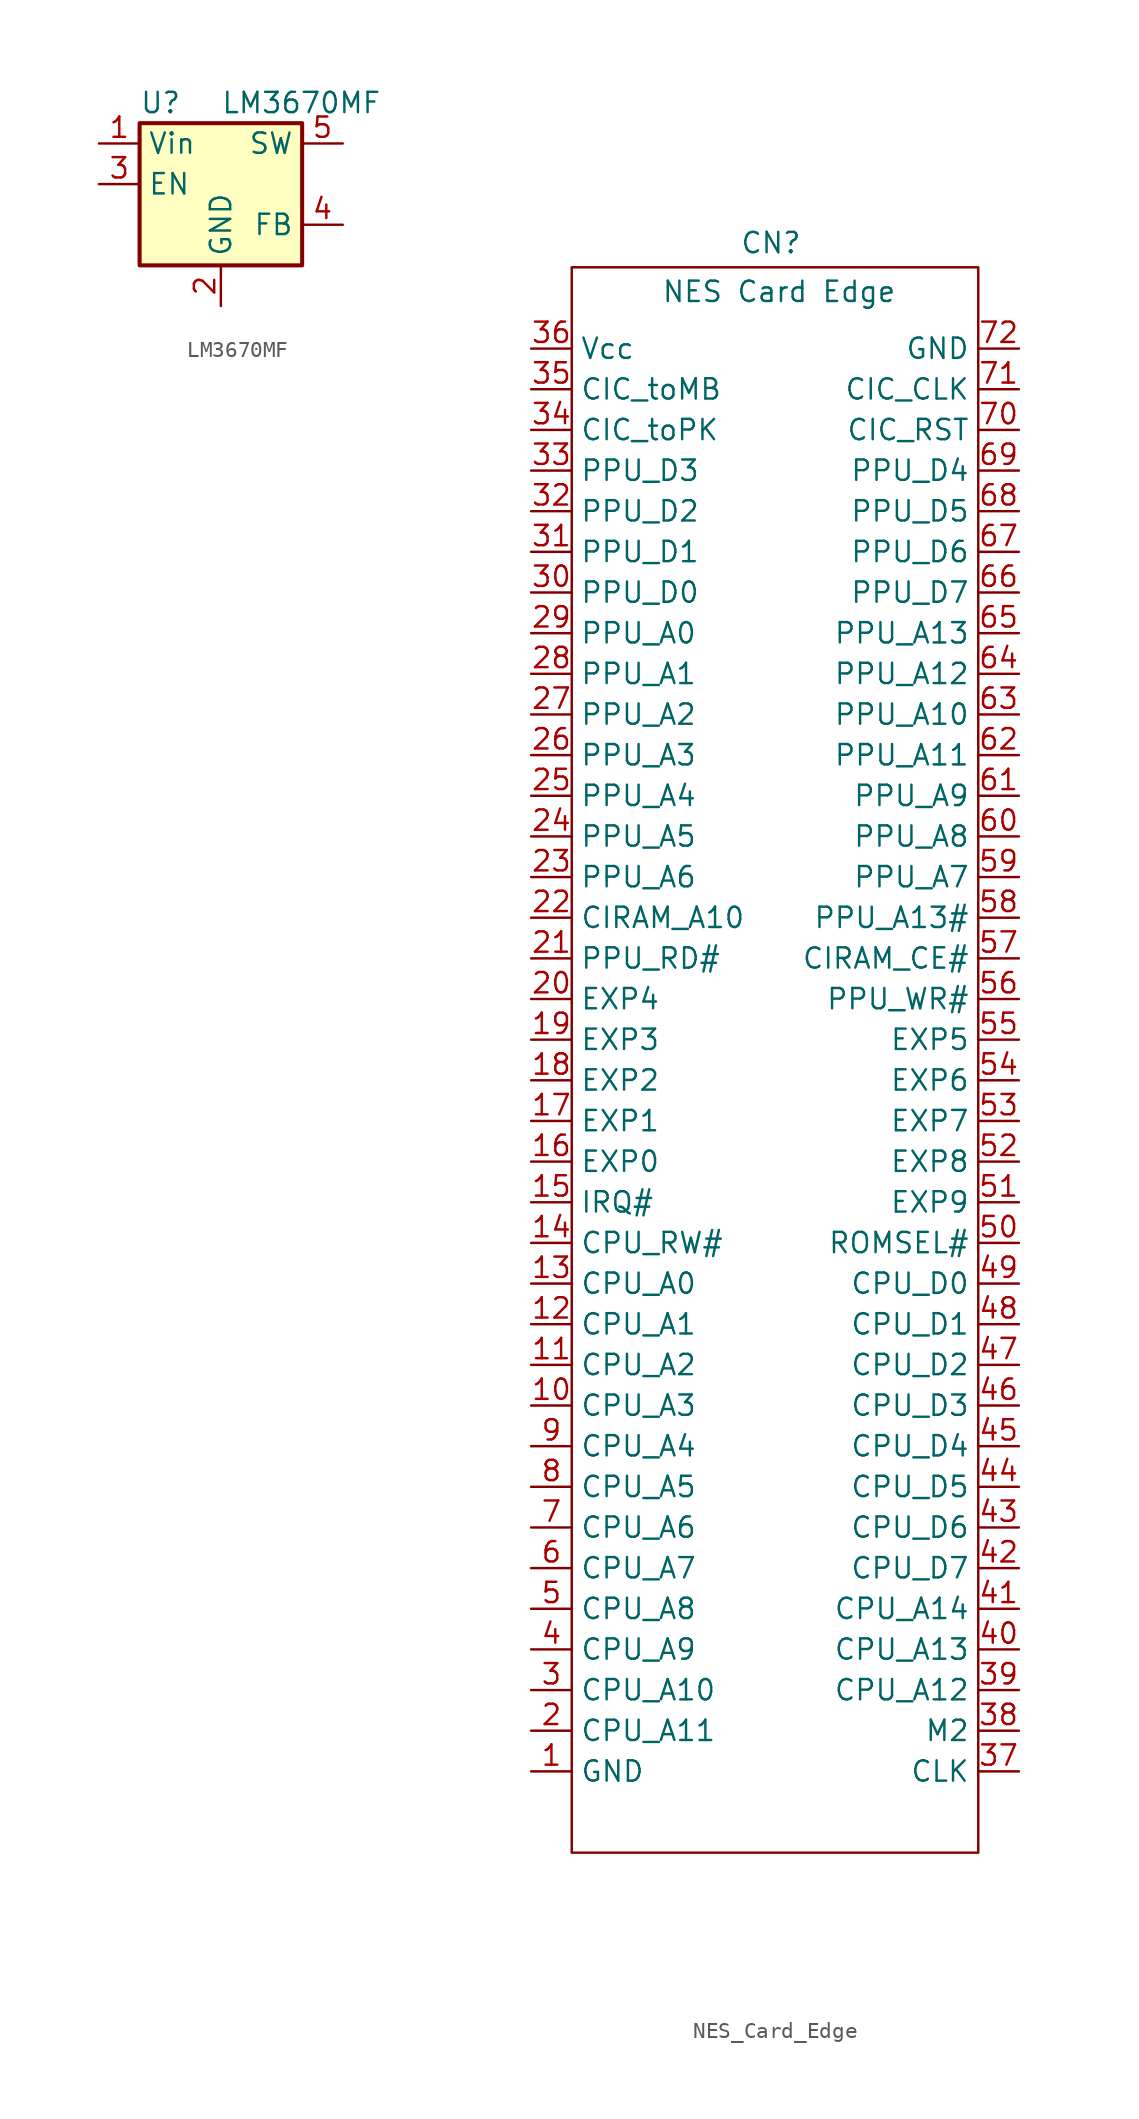
<source format=kicad_sym>
(kicad_symbol_lib
  (version 20231120)
  (generator "kicad_symbol_editor")
  (generator_version "8.0")
  (symbol "LM3670MF"
    (property "Reference" "U"
      (at -5.08 5.08 0)
      (effects (font (size 1.27 1.27)) (justify left)))
    (property "Value" "LM3670MF"
      (at 0 5.08 0)
      (effects (font (size 1.27 1.27)) (justify left)))
    (symbol "LM3670MF_0_1"
      (rectangle (start -5.08 3.81) (end 5.08 -5.08) (stroke (width 0.254) (type default)) (fill (type background))))
    (symbol "LM3670MF_1_1"
      (pin power_in line (at -7.62 2.54 0) (length 2.54) (name "Vin" (effects (font (size 1.27 1.27)))) (number "1" (effects (font (size 1.27 1.27)))))
      (pin power_in line (at 0 -7.62 90) (length 2.54) (name "GND" (effects (font (size 1.27 1.27)))) (number "2" (effects (font (size 1.27 1.27)))))
      (pin input line (at -7.62 0 0) (length 2.54) (name "EN" (effects (font (size 1.27 1.27)))) (number "3" (effects (font (size 1.27 1.27)))))
      (pin input line (at 7.62 -2.54 180) (length 2.54) (name "FB" (effects (font (size 1.27 1.27)))) (number "4" (effects (font (size 1.27 1.27)))))
      (pin input line (at 7.62 2.54 180) (length 2.54) (name "SW" (effects (font (size 1.27 1.27)))) (number "5" (effects (font (size 1.27 1.27)))))))
  (symbol "NES_Card_Edge"
    (property "Reference" "CN"
      (at -0.254 52.324 0)
      (effects (font (size 1.27 1.27))))
    (property "Value" "NES Card Edge"
      (at 0.254 49.276 0)
      (effects (font (size 1.27 1.27))))
    (symbol "NES_Card_Edge_0_1"
      (rectangle (start -12.7 50.8) (end 12.7 -48.26) (stroke (width 0) (type default)) (fill (type none))))
    (symbol "NES_Card_Edge_1_1"
      (pin power_in line (at -15.24 -43.18 0) (length 2.54) (name "GND" (effects (font (size 1.27 1.27)))) (number "1" (effects (font (size 1.27 1.27)))))
      (pin output line (at -15.24 -20.32 0) (length 2.54) (name "CPU_A3" (effects (font (size 1.27 1.27)))) (number "10" (effects (font (size 1.27 1.27)))))
      (pin output line (at -15.24 -17.78 0) (length 2.54) (name "CPU_A2" (effects (font (size 1.27 1.27)))) (number "11" (effects (font (size 1.27 1.27)))))
      (pin output line (at -15.24 -15.24 0) (length 2.54) (name "CPU_A1" (effects (font (size 1.27 1.27)))) (number "12" (effects (font (size 1.27 1.27)))))
      (pin output line (at -15.24 -12.7 0) (length 2.54) (name "CPU_A0" (effects (font (size 1.27 1.27)))) (number "13" (effects (font (size 1.27 1.27)))))
      (pin output line (at -15.24 -10.16 0) (length 2.54) (name "CPU_RW#" (effects (font (size 1.27 1.27)))) (number "14" (effects (font (size 1.27 1.27)))))
      (pin input line (at -15.24 -7.62 0) (length 2.54) (name "IRQ#" (effects (font (size 1.27 1.27)))) (number "15" (effects (font (size 1.27 1.27)))))
      (pin bidirectional line (at -15.24 -5.08 0) (length 2.54) (name "EXP0" (effects (font (size 1.27 1.27)))) (number "16" (effects (font (size 1.27 1.27)))))
      (pin bidirectional line (at -15.24 -2.54 0) (length 2.54) (name "EXP1" (effects (font (size 1.27 1.27)))) (number "17" (effects (font (size 1.27 1.27)))))
      (pin bidirectional line (at -15.24 0 0) (length 2.54) (name "EXP2" (effects (font (size 1.27 1.27)))) (number "18" (effects (font (size 1.27 1.27)))))
      (pin bidirectional line (at -15.24 2.54 0) (length 2.54) (name "EXP3" (effects (font (size 1.27 1.27)))) (number "19" (effects (font (size 1.27 1.27)))))
      (pin output line (at -15.24 -40.64 0) (length 2.54) (name "CPU_A11" (effects (font (size 1.27 1.27)))) (number "2" (effects (font (size 1.27 1.27)))))
      (pin bidirectional line (at -15.24 5.08 0) (length 2.54) (name "EXP4" (effects (font (size 1.27 1.27)))) (number "20" (effects (font (size 1.27 1.27)))))
      (pin output line (at -15.24 7.62 0) (length 2.54) (name "PPU_RD#" (effects (font (size 1.27 1.27)))) (number "21" (effects (font (size 1.27 1.27)))))
      (pin input line (at -15.24 10.16 0) (length 2.54) (name "CIRAM_A10" (effects (font (size 1.27 1.27)))) (number "22" (effects (font (size 1.27 1.27)))))
      (pin output line (at -15.24 12.7 0) (length 2.54) (name "PPU_A6" (effects (font (size 1.27 1.27)))) (number "23" (effects (font (size 1.27 1.27)))))
      (pin output line (at -15.24 15.24 0) (length 2.54) (name "PPU_A5" (effects (font (size 1.27 1.27)))) (number "24" (effects (font (size 1.27 1.27)))))
      (pin output line (at -15.24 17.78 0) (length 2.54) (name "PPU_A4" (effects (font (size 1.27 1.27)))) (number "25" (effects (font (size 1.27 1.27)))))
      (pin output line (at -15.24 20.32 0) (length 2.54) (name "PPU_A3" (effects (font (size 1.27 1.27)))) (number "26" (effects (font (size 1.27 1.27)))))
      (pin output line (at -15.24 22.86 0) (length 2.54) (name "PPU_A2" (effects (font (size 1.27 1.27)))) (number "27" (effects (font (size 1.27 1.27)))))
      (pin output line (at -15.24 25.4 0) (length 2.54) (name "PPU_A1" (effects (font (size 1.27 1.27)))) (number "28" (effects (font (size 1.27 1.27)))))
      (pin output line (at -15.24 27.94 0) (length 2.54) (name "PPU_A0" (effects (font (size 1.27 1.27)))) (number "29" (effects (font (size 1.27 1.27)))))
      (pin output line (at -15.24 -38.1 0) (length 2.54) (name "CPU_A10" (effects (font (size 1.27 1.27)))) (number "3" (effects (font (size 1.27 1.27)))))
      (pin bidirectional line (at -15.24 30.48 0) (length 2.54) (name "PPU_D0" (effects (font (size 1.27 1.27)))) (number "30" (effects (font (size 1.27 1.27)))))
      (pin bidirectional line (at -15.24 33.02 0) (length 2.54) (name "PPU_D1" (effects (font (size 1.27 1.27)))) (number "31" (effects (font (size 1.27 1.27)))))
      (pin bidirectional line (at -15.24 35.56 0) (length 2.54) (name "PPU_D2" (effects (font (size 1.27 1.27)))) (number "32" (effects (font (size 1.27 1.27)))))
      (pin bidirectional line (at -15.24 38.1 0) (length 2.54) (name "PPU_D3" (effects (font (size 1.27 1.27)))) (number "33" (effects (font (size 1.27 1.27)))))
      (pin output line (at -15.24 40.64 0) (length 2.54) (name "CIC_toPK" (effects (font (size 1.27 1.27)))) (number "34" (effects (font (size 1.27 1.27)))))
      (pin input line (at -15.24 43.18 0) (length 2.54) (name "CIC_toMB" (effects (font (size 1.27 1.27)))) (number "35" (effects (font (size 1.27 1.27)))))
      (pin power_out line (at -15.24 45.72 0) (length 2.54) (name "Vcc" (effects (font (size 1.27 1.27)))) (number "36" (effects (font (size 1.27 1.27)))))
      (pin output line (at 15.24 -43.18 180) (length 2.54) (name "CLK" (effects (font (size 1.27 1.27)))) (number "37" (effects (font (size 1.27 1.27)))))
      (pin output line (at 15.24 -40.64 180) (length 2.54) (name "M2" (effects (font (size 1.27 1.27)))) (number "38" (effects (font (size 1.27 1.27)))))
      (pin output line (at 15.24 -38.1 180) (length 2.54) (name "CPU_A12" (effects (font (size 1.27 1.27)))) (number "39" (effects (font (size 1.27 1.27)))))
      (pin output line (at -15.24 -35.56 0) (length 2.54) (name "CPU_A9" (effects (font (size 1.27 1.27)))) (number "4" (effects (font (size 1.27 1.27)))))
      (pin output line (at 15.24 -35.56 180) (length 2.54) (name "CPU_A13" (effects (font (size 1.27 1.27)))) (number "40" (effects (font (size 1.27 1.27)))))
      (pin output line (at 15.24 -33.02 180) (length 2.54) (name "CPU_A14" (effects (font (size 1.27 1.27)))) (number "41" (effects (font (size 1.27 1.27)))))
      (pin bidirectional line (at 15.24 -30.48 180) (length 2.54) (name "CPU_D7" (effects (font (size 1.27 1.27)))) (number "42" (effects (font (size 1.27 1.27)))))
      (pin bidirectional line (at 15.24 -27.94 180) (length 2.54) (name "CPU_D6" (effects (font (size 1.27 1.27)))) (number "43" (effects (font (size 1.27 1.27)))))
      (pin bidirectional line (at 15.24 -25.4 180) (length 2.54) (name "CPU_D5" (effects (font (size 1.27 1.27)))) (number "44" (effects (font (size 1.27 1.27)))))
      (pin bidirectional line (at 15.24 -22.86 180) (length 2.54) (name "CPU_D4" (effects (font (size 1.27 1.27)))) (number "45" (effects (font (size 1.27 1.27)))))
      (pin bidirectional line (at 15.24 -20.32 180) (length 2.54) (name "CPU_D3" (effects (font (size 1.27 1.27)))) (number "46" (effects (font (size 1.27 1.27)))))
      (pin bidirectional line (at 15.24 -17.78 180) (length 2.54) (name "CPU_D2" (effects (font (size 1.27 1.27)))) (number "47" (effects (font (size 1.27 1.27)))))
      (pin bidirectional line (at 15.24 -15.24 180) (length 2.54) (name "CPU_D1" (effects (font (size 1.27 1.27)))) (number "48" (effects (font (size 1.27 1.27)))))
      (pin bidirectional line (at 15.24 -12.7 180) (length 2.54) (name "CPU_D0" (effects (font (size 1.27 1.27)))) (number "49" (effects (font (size 1.27 1.27)))))
      (pin output line (at -15.24 -33.02 0) (length 2.54) (name "CPU_A8" (effects (font (size 1.27 1.27)))) (number "5" (effects (font (size 1.27 1.27)))))
      (pin output line (at 15.24 -10.16 180) (length 2.54) (name "ROMSEL#" (effects (font (size 1.27 1.27)))) (number "50" (effects (font (size 1.27 1.27)))))
      (pin bidirectional line (at 15.24 -7.62 180) (length 2.54) (name "EXP9" (effects (font (size 1.27 1.27)))) (number "51" (effects (font (size 1.27 1.27)))))
      (pin bidirectional line (at 15.24 -5.08 180) (length 2.54) (name "EXP8" (effects (font (size 1.27 1.27)))) (number "52" (effects (font (size 1.27 1.27)))))
      (pin bidirectional line (at 15.24 -2.54 180) (length 2.54) (name "EXP7" (effects (font (size 1.27 1.27)))) (number "53" (effects (font (size 1.27 1.27)))))
      (pin bidirectional line (at 15.24 0 180) (length 2.54) (name "EXP6" (effects (font (size 1.27 1.27)))) (number "54" (effects (font (size 1.27 1.27)))))
      (pin bidirectional line (at 15.24 2.54 180) (length 2.54) (name "EXP5" (effects (font (size 1.27 1.27)))) (number "55" (effects (font (size 1.27 1.27)))))
      (pin output line (at 15.24 5.08 180) (length 2.54) (name "PPU_WR#" (effects (font (size 1.27 1.27)))) (number "56" (effects (font (size 1.27 1.27)))))
      (pin output line (at 15.24 7.62 180) (length 2.54) (name "CIRAM_CE#" (effects (font (size 1.27 1.27)))) (number "57" (effects (font (size 1.27 1.27)))))
      (pin output line (at 15.24 10.16 180) (length 2.54) (name "PPU_A13#" (effects (font (size 1.27 1.27)))) (number "58" (effects (font (size 1.27 1.27)))))
      (pin output line (at 15.24 12.7 180) (length 2.54) (name "PPU_A7" (effects (font (size 1.27 1.27)))) (number "59" (effects (font (size 1.27 1.27)))))
      (pin output line (at -15.24 -30.48 0) (length 2.54) (name "CPU_A7" (effects (font (size 1.27 1.27)))) (number "6" (effects (font (size 1.27 1.27)))))
      (pin output line (at 15.24 15.24 180) (length 2.54) (name "PPU_A8" (effects (font (size 1.27 1.27)))) (number "60" (effects (font (size 1.27 1.27)))))
      (pin output line (at 15.24 17.78 180) (length 2.54) (name "PPU_A9" (effects (font (size 1.27 1.27)))) (number "61" (effects (font (size 1.27 1.27)))))
      (pin output line (at 15.24 20.32 180) (length 2.54) (name "PPU_A11" (effects (font (size 1.27 1.27)))) (number "62" (effects (font (size 1.27 1.27)))))
      (pin output line (at 15.24 22.86 180) (length 2.54) (name "PPU_A10" (effects (font (size 1.27 1.27)))) (number "63" (effects (font (size 1.27 1.27)))))
      (pin output line (at 15.24 25.4 180) (length 2.54) (name "PPU_A12" (effects (font (size 1.27 1.27)))) (number "64" (effects (font (size 1.27 1.27)))))
      (pin output line (at 15.24 27.94 180) (length 2.54) (name "PPU_A13" (effects (font (size 1.27 1.27)))) (number "65" (effects (font (size 1.27 1.27)))))
      (pin bidirectional line (at 15.24 30.48 180) (length 2.54) (name "PPU_D7" (effects (font (size 1.27 1.27)))) (number "66" (effects (font (size 1.27 1.27)))))
      (pin bidirectional line (at 15.24 33.02 180) (length 2.54) (name "PPU_D6" (effects (font (size 1.27 1.27)))) (number "67" (effects (font (size 1.27 1.27)))))
      (pin bidirectional line (at 15.24 35.56 180) (length 2.54) (name "PPU_D5" (effects (font (size 1.27 1.27)))) (number "68" (effects (font (size 1.27 1.27)))))
      (pin bidirectional line (at 15.24 38.1 180) (length 2.54) (name "PPU_D4" (effects (font (size 1.27 1.27)))) (number "69" (effects (font (size 1.27 1.27)))))
      (pin output line (at -15.24 -27.94 0) (length 2.54) (name "CPU_A6" (effects (font (size 1.27 1.27)))) (number "7" (effects (font (size 1.27 1.27)))))
      (pin output line (at 15.24 40.64 180) (length 2.54) (name "CIC_RST" (effects (font (size 1.27 1.27)))) (number "70" (effects (font (size 1.27 1.27)))))
      (pin output line (at 15.24 43.18 180) (length 2.54) (name "CIC_CLK" (effects (font (size 1.27 1.27)))) (number "71" (effects (font (size 1.27 1.27)))))
      (pin power_in line (at 15.24 45.72 180) (length 2.54) (name "GND" (effects (font (size 1.27 1.27)))) (number "72" (effects (font (size 1.27 1.27)))))
      (pin output line (at -15.24 -25.4 0) (length 2.54) (name "CPU_A5" (effects (font (size 1.27 1.27)))) (number "8" (effects (font (size 1.27 1.27)))))
      (pin output line (at -15.24 -22.86 0) (length 2.54) (name "CPU_A4" (effects (font (size 1.27 1.27)))) (number "9" (effects (font (size 1.27 1.27))))))))
</source>
